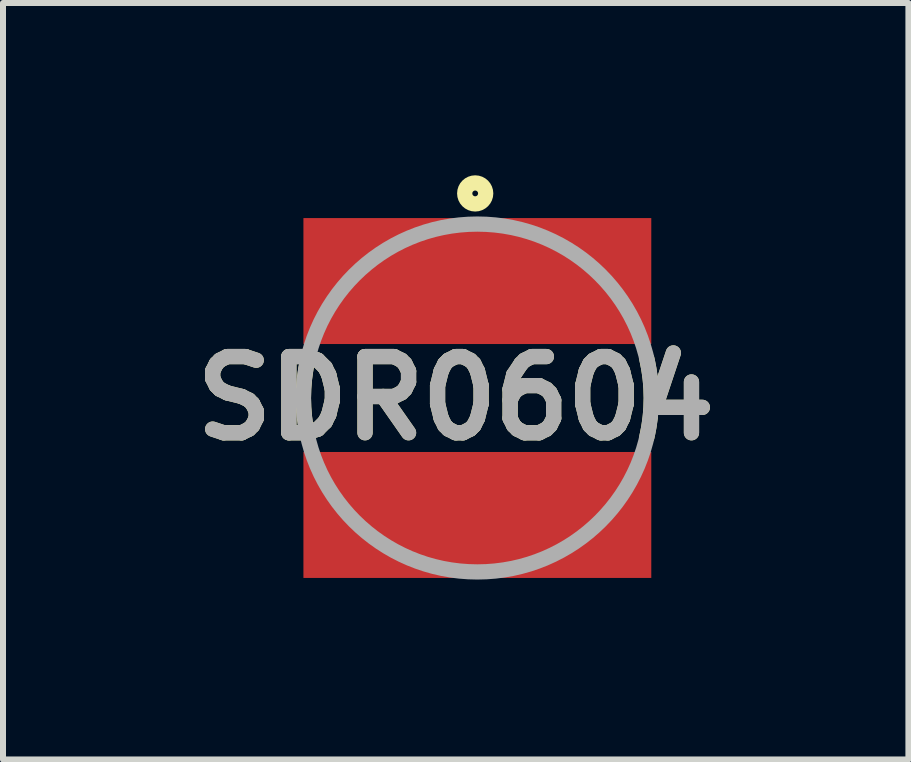
<source format=kicad_pcb>
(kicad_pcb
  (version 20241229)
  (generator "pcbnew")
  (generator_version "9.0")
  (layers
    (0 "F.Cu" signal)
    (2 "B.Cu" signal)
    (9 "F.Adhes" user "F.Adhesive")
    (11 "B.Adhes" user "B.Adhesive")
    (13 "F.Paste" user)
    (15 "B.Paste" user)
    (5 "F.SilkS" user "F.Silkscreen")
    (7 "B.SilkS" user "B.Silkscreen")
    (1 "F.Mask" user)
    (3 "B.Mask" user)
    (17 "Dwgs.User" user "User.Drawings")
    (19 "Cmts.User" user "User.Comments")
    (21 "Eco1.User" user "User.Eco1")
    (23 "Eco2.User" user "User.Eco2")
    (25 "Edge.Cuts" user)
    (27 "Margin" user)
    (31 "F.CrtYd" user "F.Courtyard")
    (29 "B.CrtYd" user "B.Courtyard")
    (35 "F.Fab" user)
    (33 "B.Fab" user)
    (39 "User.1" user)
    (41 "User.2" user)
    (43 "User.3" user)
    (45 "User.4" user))
  (footprint "SDR0604"
    (layer "F.Cu")
    (at 4.909 3.586)
    (property "Reference" "SDR0604" (at -0.361 0.005 0) (layer "F.SilkS") (effects (font (size 1.27 1.27) (thickness 0.254))))
    (attr smd)
    (fp_arc (start -2.826269 0.649788) (mid -2.900003 -0.000109) (end -2.82622 -0.65) (stroke (width 0.254) (type solid)) (layer "F.SilkS"))
    (fp_arc (start 2.82622 -0.65) (mid 2.900003 -0.000109) (end 2.826269 0.649788) (stroke (width 0.254) (type solid)) (layer "F.SilkS"))
    (fp_circle (center -0.036 -3.411) (end -0.036 -3.363) (stroke (width 0.254) (type solid)) (fill no) (layer "F.SilkS"))
    (fp_circle (center 0 0) (end 0 2.9) (stroke (width 0.254) (type solid)) (fill no) (layer "F.Fab"))
    (fp_text user "${REFERENCE}" (at -0.361 0.005 0) (layer "F.Fab") (effects (font (size 1.27 1.27) (thickness 0.254))))
    (pad "1" smd rect (at 0 -1.95 90) (size 2.1 5.8) (layers "F.Cu" "F.Mask" "F.Paste"))
    (pad "2" smd rect (at 0 1.95 90) (size 2.1 5.8) (layers "F.Cu" "F.Mask" "F.Paste")))
  (gr_rect
    (start -3 -3)
    (end 12.096 9.613)
    (stroke (width 0.1) (type default))
    (fill no)
    (layer "Edge.Cuts")))
</source>
